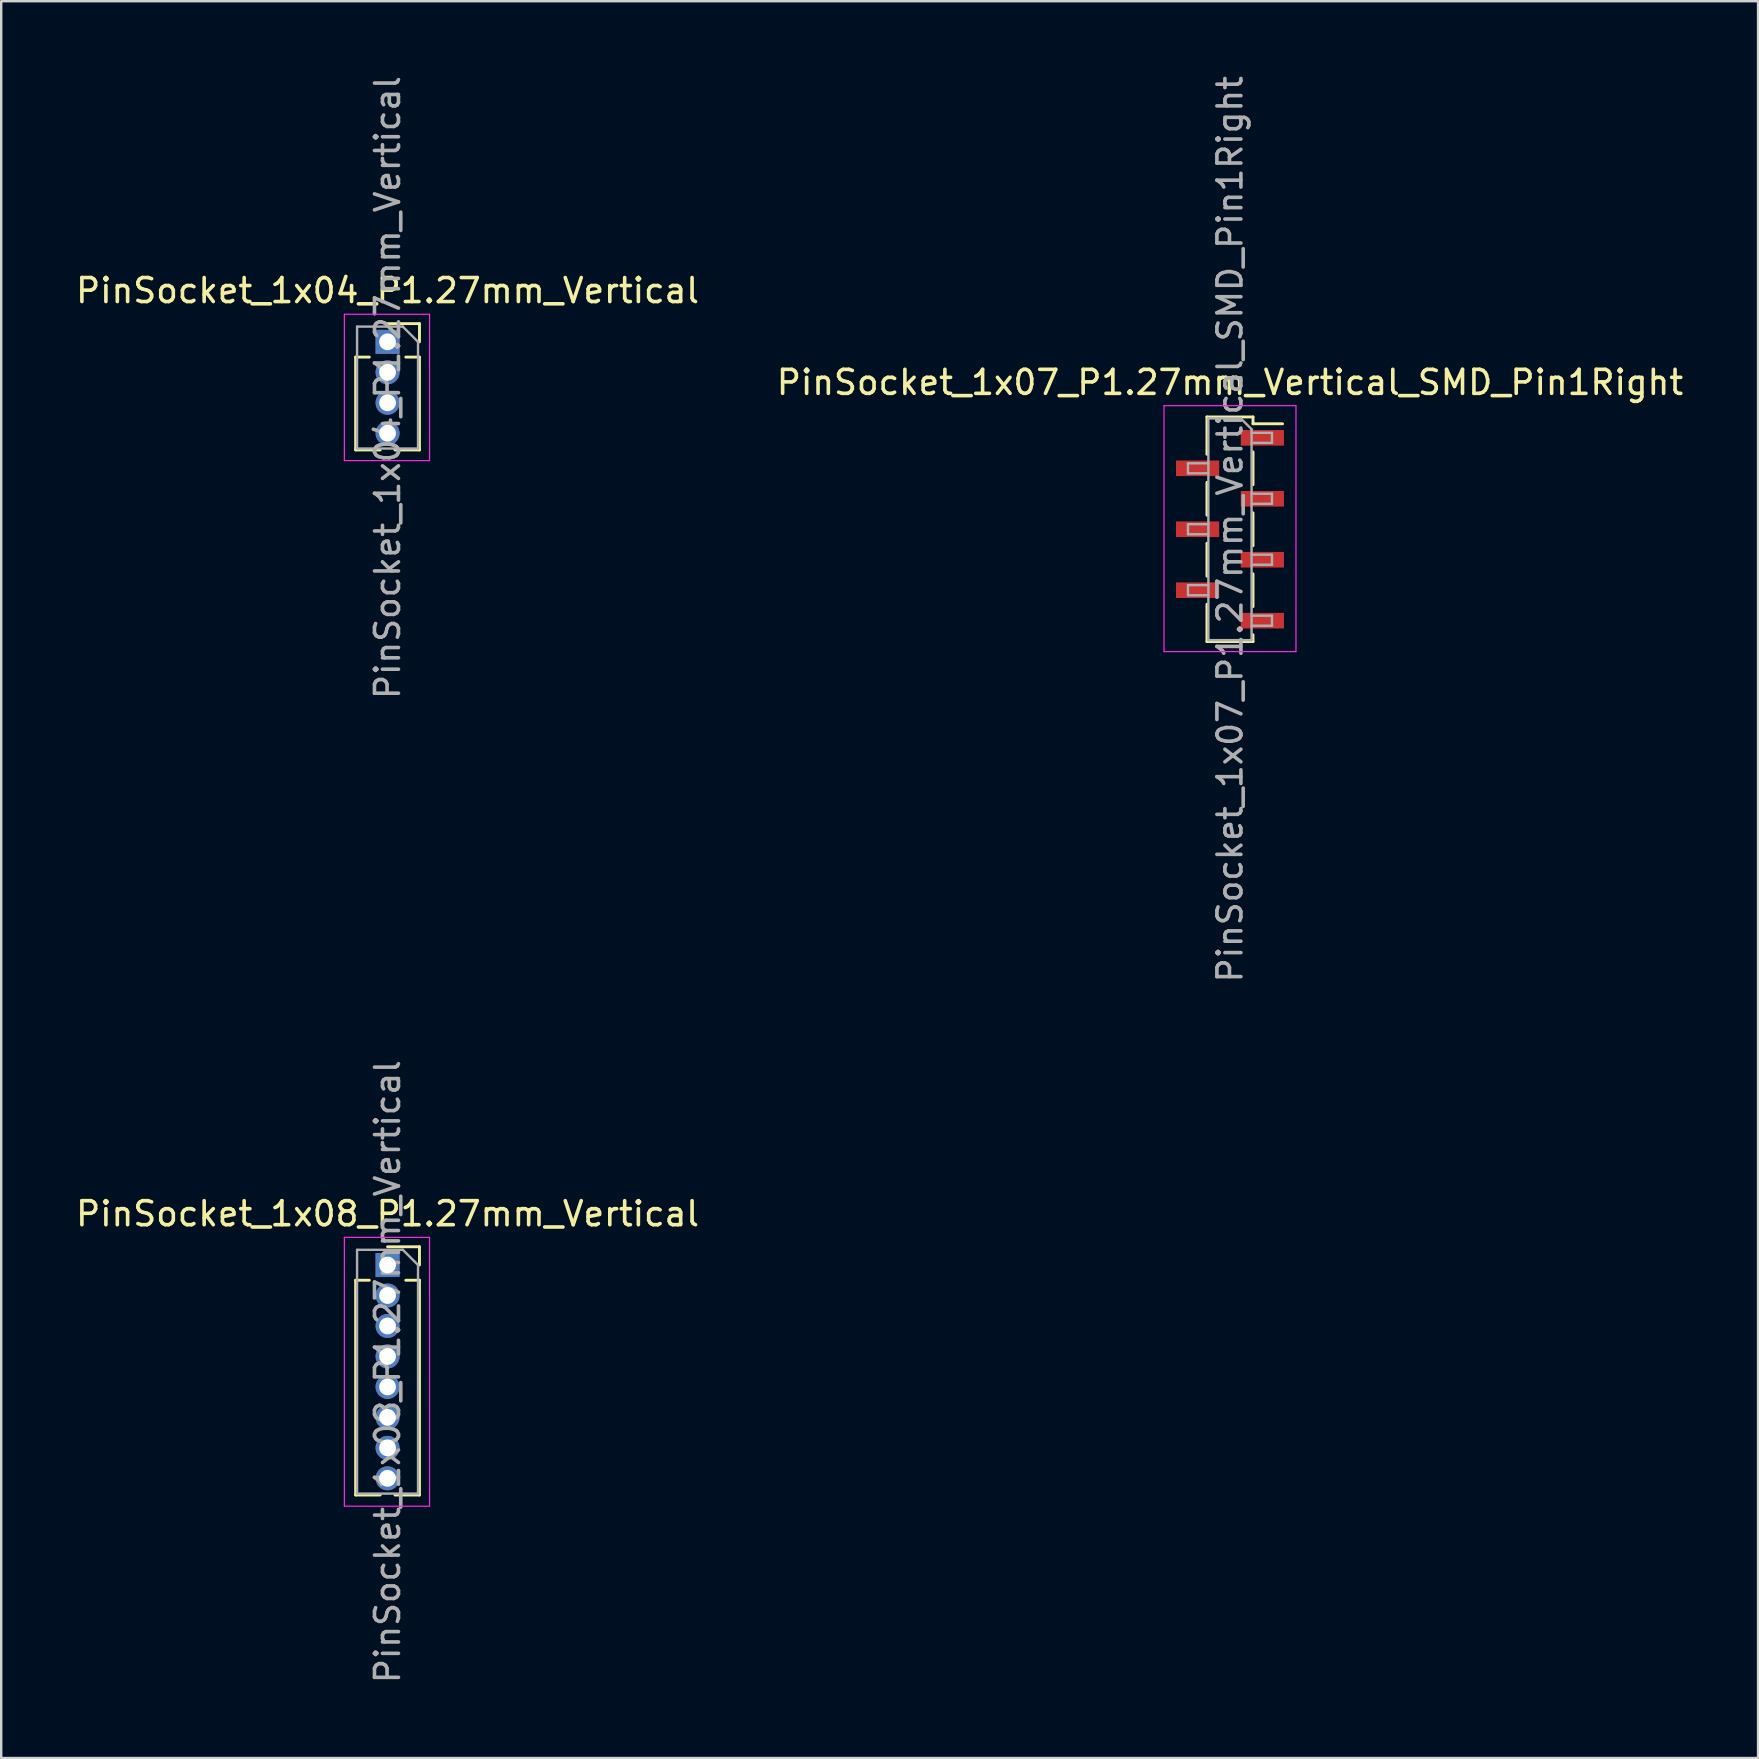
<source format=kicad_pcb>
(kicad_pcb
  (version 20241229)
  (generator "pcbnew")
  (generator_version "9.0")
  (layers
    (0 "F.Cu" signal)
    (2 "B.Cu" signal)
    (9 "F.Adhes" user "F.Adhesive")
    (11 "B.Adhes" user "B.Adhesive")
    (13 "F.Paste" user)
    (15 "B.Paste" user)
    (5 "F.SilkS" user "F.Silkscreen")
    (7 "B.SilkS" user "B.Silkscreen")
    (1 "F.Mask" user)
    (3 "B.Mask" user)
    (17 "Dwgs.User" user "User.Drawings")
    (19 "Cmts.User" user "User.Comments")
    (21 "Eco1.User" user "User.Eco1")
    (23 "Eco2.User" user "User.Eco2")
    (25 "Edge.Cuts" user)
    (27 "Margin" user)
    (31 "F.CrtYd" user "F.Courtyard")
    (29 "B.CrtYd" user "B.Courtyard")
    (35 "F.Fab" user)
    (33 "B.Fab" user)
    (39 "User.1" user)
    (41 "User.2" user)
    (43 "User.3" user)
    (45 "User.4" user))
  (footprint "PinSocket_1x08_P1.27mm_Vertical"
    (layer "F.Cu")
    (at 13.101 49.668)
    (property "Reference" "PinSocket_1x08_P1.27mm_Vertical" (at 0 -2.135 0) (layer "F.SilkS") (effects (font (size 1 1) (thickness 0.15))))
    (attr through_hole)
    (fp_line (start -1.33 0.635) (end -1.33 9.585) (stroke (width 0.12) (type solid)) (layer "F.SilkS"))
    (fp_line (start -1.33 0.635) (end -0.76 0.635) (stroke (width 0.12) (type solid)) (layer "F.SilkS"))
    (fp_line (start -1.33 9.585) (end -0.308 9.585) (stroke (width 0.12) (type solid)) (layer "F.SilkS"))
    (fp_line (start 0 -0.76) (end 1.33 -0.76) (stroke (width 0.12) (type solid)) (layer "F.SilkS"))
    (fp_line (start 0.308 9.585) (end 1.33 9.585) (stroke (width 0.12) (type solid)) (layer "F.SilkS"))
    (fp_line (start 0.76 0.635) (end 1.33 0.635) (stroke (width 0.12) (type solid)) (layer "F.SilkS"))
    (fp_line (start 1.33 -0.76) (end 1.33 0) (stroke (width 0.12) (type solid)) (layer "F.SilkS"))
    (fp_line (start 1.33 0.635) (end 1.33 9.585) (stroke (width 0.12) (type solid)) (layer "F.SilkS"))
    (fp_line (start -1.8 -1.15) (end 1.75 -1.15) (stroke (width 0.05) (type solid)) (layer "F.CrtYd"))
    (fp_line (start -1.8 10.05) (end -1.8 -1.15) (stroke (width 0.05) (type solid)) (layer "F.CrtYd"))
    (fp_line (start 1.75 -1.15) (end 1.75 10.05) (stroke (width 0.05) (type solid)) (layer "F.CrtYd"))
    (fp_line (start 1.75 10.05) (end -1.8 10.05) (stroke (width 0.05) (type solid)) (layer "F.CrtYd"))
    (fp_line (start -1.27 -0.635) (end 0.635 -0.635) (stroke (width 0.1) (type solid)) (layer "F.Fab"))
    (fp_line (start -1.27 9.525) (end -1.27 -0.635) (stroke (width 0.1) (type solid)) (layer "F.Fab"))
    (fp_line (start 0.635 -0.635) (end 1.27 0) (stroke (width 0.1) (type solid)) (layer "F.Fab"))
    (fp_line (start 1.27 0) (end 1.27 9.525) (stroke (width 0.1) (type solid)) (layer "F.Fab"))
    (fp_line (start 1.27 9.525) (end -1.27 9.525) (stroke (width 0.1) (type solid)) (layer "F.Fab"))
    (fp_text user "${REFERENCE}" (at 0 4.445 90) (layer "F.Fab") (effects (font (size 1 1) (thickness 0.15))))
    (pad "1" thru_hole rect (at 0 0) (size 1 1) (drill 0.7) (layers "*.Cu" "*.Mask"))
    (pad "2" thru_hole circle (at 0 1.27) (size 1 1) (drill 0.7) (layers "*.Cu" "*.Mask"))
    (pad "3" thru_hole circle (at 0 2.54) (size 1 1) (drill 0.7) (layers "*.Cu" "*.Mask"))
    (pad "4" thru_hole circle (at 0 3.81) (size 1 1) (drill 0.7) (layers "*.Cu" "*.Mask"))
    (pad "5" thru_hole circle (at 0 5.08) (size 1 1) (drill 0.7) (layers "*.Cu" "*.Mask"))
    (pad "6" thru_hole circle (at 0 6.35) (size 1 1) (drill 0.7) (layers "*.Cu" "*.Mask"))
    (pad "7" thru_hole circle (at 0 7.62) (size 1 1) (drill 0.7) (layers "*.Cu" "*.Mask"))
    (pad "8" thru_hole circle (at 0 8.89) (size 1 1) (drill 0.7) (layers "*.Cu" "*.Mask")))
  (footprint "PinSocket_1x04_P1.27mm_Vertical"
    (layer "F.Cu")
    (at 13.101 11.196)
    (property "Reference" "PinSocket_1x04_P1.27mm_Vertical" (at 0 -2.135 0) (layer "F.SilkS") (effects (font (size 1 1) (thickness 0.15))))
    (attr through_hole)
    (fp_line (start -1.33 0.635) (end -1.33 4.505) (stroke (width 0.12) (type solid)) (layer "F.SilkS"))
    (fp_line (start -1.33 0.635) (end -0.76 0.635) (stroke (width 0.12) (type solid)) (layer "F.SilkS"))
    (fp_line (start -1.33 4.505) (end -0.308 4.505) (stroke (width 0.12) (type solid)) (layer "F.SilkS"))
    (fp_line (start 0 -0.76) (end 1.33 -0.76) (stroke (width 0.12) (type solid)) (layer "F.SilkS"))
    (fp_line (start 0.308 4.505) (end 1.33 4.505) (stroke (width 0.12) (type solid)) (layer "F.SilkS"))
    (fp_line (start 0.76 0.635) (end 1.33 0.635) (stroke (width 0.12) (type solid)) (layer "F.SilkS"))
    (fp_line (start 1.33 -0.76) (end 1.33 0) (stroke (width 0.12) (type solid)) (layer "F.SilkS"))
    (fp_line (start 1.33 0.635) (end 1.33 4.505) (stroke (width 0.12) (type solid)) (layer "F.SilkS"))
    (fp_line (start -1.8 -1.15) (end 1.75 -1.15) (stroke (width 0.05) (type solid)) (layer "F.CrtYd"))
    (fp_line (start -1.8 4.95) (end -1.8 -1.15) (stroke (width 0.05) (type solid)) (layer "F.CrtYd"))
    (fp_line (start 1.75 -1.15) (end 1.75 4.95) (stroke (width 0.05) (type solid)) (layer "F.CrtYd"))
    (fp_line (start 1.75 4.95) (end -1.8 4.95) (stroke (width 0.05) (type solid)) (layer "F.CrtYd"))
    (fp_line (start -1.27 -0.635) (end 0.635 -0.635) (stroke (width 0.1) (type solid)) (layer "F.Fab"))
    (fp_line (start -1.27 4.445) (end -1.27 -0.635) (stroke (width 0.1) (type solid)) (layer "F.Fab"))
    (fp_line (start 0.635 -0.635) (end 1.27 0) (stroke (width 0.1) (type solid)) (layer "F.Fab"))
    (fp_line (start 1.27 0) (end 1.27 4.445) (stroke (width 0.1) (type solid)) (layer "F.Fab"))
    (fp_line (start 1.27 4.445) (end -1.27 4.445) (stroke (width 0.1) (type solid)) (layer "F.Fab"))
    (fp_text user "${REFERENCE}" (at 0 1.905 90) (layer "F.Fab") (effects (font (size 1 1) (thickness 0.15))))
    (pad "1" thru_hole rect (at 0 0) (size 1 1) (drill 0.7) (layers "*.Cu" "*.Mask"))
    (pad "2" thru_hole circle (at 0 1.27) (size 1 1) (drill 0.7) (layers "*.Cu" "*.Mask"))
    (pad "3" thru_hole circle (at 0 2.54) (size 1 1) (drill 0.7) (layers "*.Cu" "*.Mask"))
    (pad "4" thru_hole circle (at 0 3.81) (size 1 1) (drill 0.7) (layers "*.Cu" "*.Mask")))
  (footprint "PinSocket_1x07_P1.27mm_Vertical_SMD_Pin1Right"
    (layer "F.Cu")
    (at 48.208 19.006)
    (property "Reference" "PinSocket_1x07_P1.27mm_Vertical_SMD_Pin1Right" (at 0 -6.12 0) (layer "F.SilkS") (effects (font (size 1 1) (thickness 0.15))))
    (attr smd)
    (fp_line (start -0.96 -4.68) (end -0.96 -3.125) (stroke (width 0.12) (type solid)) (layer "F.SilkS"))
    (fp_line (start -0.96 -4.68) (end 0.96 -4.68) (stroke (width 0.12) (type solid)) (layer "F.SilkS"))
    (fp_line (start -0.96 -1.955) (end -0.96 -0.585) (stroke (width 0.12) (type solid)) (layer "F.SilkS"))
    (fp_line (start -0.96 0.585) (end -0.96 1.955) (stroke (width 0.12) (type solid)) (layer "F.SilkS"))
    (fp_line (start -0.96 3.125) (end -0.96 4.68) (stroke (width 0.12) (type solid)) (layer "F.SilkS"))
    (fp_line (start -0.96 4.68) (end 0.96 4.68) (stroke (width 0.12) (type solid)) (layer "F.SilkS"))
    (fp_line (start 0.96 -4.68) (end 0.96 -4.395) (stroke (width 0.12) (type solid)) (layer "F.SilkS"))
    (fp_line (start 0.96 -4.395) (end 2.19 -4.395) (stroke (width 0.12) (type solid)) (layer "F.SilkS"))
    (fp_line (start 0.96 -3.225) (end 0.96 -1.855) (stroke (width 0.12) (type solid)) (layer "F.SilkS"))
    (fp_line (start 0.96 -0.685) (end 0.96 0.685) (stroke (width 0.12) (type solid)) (layer "F.SilkS"))
    (fp_line (start 0.96 1.855) (end 0.96 3.225) (stroke (width 0.12) (type solid)) (layer "F.SilkS"))
    (fp_line (start 0.96 4.395) (end 0.96 4.68) (stroke (width 0.12) (type solid)) (layer "F.SilkS"))
    (fp_line (start -2.75 -5.15) (end 2.75 -5.15) (stroke (width 0.05) (type solid)) (layer "F.CrtYd"))
    (fp_line (start -2.75 5.1) (end -2.75 -5.15) (stroke (width 0.05) (type solid)) (layer "F.CrtYd"))
    (fp_line (start 2.75 -5.15) (end 2.75 5.1) (stroke (width 0.05) (type solid)) (layer "F.CrtYd"))
    (fp_line (start 2.75 5.1) (end -2.75 5.1) (stroke (width 0.05) (type solid)) (layer "F.CrtYd"))
    (fp_line (start -1.75 -2.75) (end -0.9 -2.75) (stroke (width 0.1) (type solid)) (layer "F.Fab"))
    (fp_line (start -1.75 -2.33) (end -1.75 -2.75) (stroke (width 0.1) (type solid)) (layer "F.Fab"))
    (fp_line (start -1.75 -0.21) (end -0.9 -0.21) (stroke (width 0.1) (type solid)) (layer "F.Fab"))
    (fp_line (start -1.75 0.21) (end -1.75 -0.21) (stroke (width 0.1) (type solid)) (layer "F.Fab"))
    (fp_line (start -1.75 2.33) (end -0.9 2.33) (stroke (width 0.1) (type solid)) (layer "F.Fab"))
    (fp_line (start -1.75 2.75) (end -1.75 2.33) (stroke (width 0.1) (type solid)) (layer "F.Fab"))
    (fp_line (start -0.9 -4.62) (end 0.45 -4.62) (stroke (width 0.1) (type solid)) (layer "F.Fab"))
    (fp_line (start -0.9 -2.33) (end -1.75 -2.33) (stroke (width 0.1) (type solid)) (layer "F.Fab"))
    (fp_line (start -0.9 0.21) (end -1.75 0.21) (stroke (width 0.1) (type solid)) (layer "F.Fab"))
    (fp_line (start -0.9 2.75) (end -1.75 2.75) (stroke (width 0.1) (type solid)) (layer "F.Fab"))
    (fp_line (start -0.9 4.62) (end -0.9 -4.62) (stroke (width 0.1) (type solid)) (layer "F.Fab"))
    (fp_line (start 0.45 -4.62) (end 0.9 -4.17) (stroke (width 0.1) (type solid)) (layer "F.Fab"))
    (fp_line (start 0.9 -4.17) (end 0.9 4.62) (stroke (width 0.1) (type solid)) (layer "F.Fab"))
    (fp_line (start 0.9 -4.02) (end 1.75 -4.02) (stroke (width 0.1) (type solid)) (layer "F.Fab"))
    (fp_line (start 0.9 -1.48) (end 1.75 -1.48) (stroke (width 0.1) (type solid)) (layer "F.Fab"))
    (fp_line (start 0.9 1.06) (end 1.75 1.06) (stroke (width 0.1) (type solid)) (layer "F.Fab"))
    (fp_line (start 0.9 3.6) (end 1.75 3.6) (stroke (width 0.1) (type solid)) (layer "F.Fab"))
    (fp_line (start 0.9 4.62) (end -0.9 4.62) (stroke (width 0.1) (type solid)) (layer "F.Fab"))
    (fp_line (start 1.75 -4.02) (end 1.75 -3.6) (stroke (width 0.1) (type solid)) (layer "F.Fab"))
    (fp_line (start 1.75 -3.6) (end 0.9 -3.6) (stroke (width 0.1) (type solid)) (layer "F.Fab"))
    (fp_line (start 1.75 -1.48) (end 1.75 -1.06) (stroke (width 0.1) (type solid)) (layer "F.Fab"))
    (fp_line (start 1.75 -1.06) (end 0.9 -1.06) (stroke (width 0.1) (type solid)) (layer "F.Fab"))
    (fp_line (start 1.75 1.06) (end 1.75 1.48) (stroke (width 0.1) (type solid)) (layer "F.Fab"))
    (fp_line (start 1.75 1.48) (end 0.9 1.48) (stroke (width 0.1) (type solid)) (layer "F.Fab"))
    (fp_line (start 1.75 3.6) (end 1.75 4.02) (stroke (width 0.1) (type solid)) (layer "F.Fab"))
    (fp_line (start 1.75 4.02) (end 0.9 4.02) (stroke (width 0.1) (type solid)) (layer "F.Fab"))
    (fp_text user "${REFERENCE}" (at 0 0 90) (layer "F.Fab") (effects (font (size 1 1) (thickness 0.15))))
    (pad "1" smd rect (at 1.35 -3.81) (size 1.8 0.65) (layers "F.Cu" "F.Mask" "F.Paste"))
    (pad "2" smd rect (at -1.35 -2.54) (size 1.8 0.65) (layers "F.Cu" "F.Mask" "F.Paste"))
    (pad "3" smd rect (at 1.35 -1.27) (size 1.8 0.65) (layers "F.Cu" "F.Mask" "F.Paste"))
    (pad "4" smd rect (at -1.35 0) (size 1.8 0.65) (layers "F.Cu" "F.Mask" "F.Paste"))
    (pad "5" smd rect (at 1.35 1.27) (size 1.8 0.65) (layers "F.Cu" "F.Mask" "F.Paste"))
    (pad "6" smd rect (at -1.35 2.54) (size 1.8 0.65) (layers "F.Cu" "F.Mask" "F.Paste"))
    (pad "7" smd rect (at 1.35 3.81) (size 1.8 0.65) (layers "F.Cu" "F.Mask" "F.Paste")))
  (gr_rect
    (start -3 -3)
    (end 70.214 70.214)
    (stroke (width 0.1) (type default))
    (fill no)
    (layer "Edge.Cuts")))
</source>
